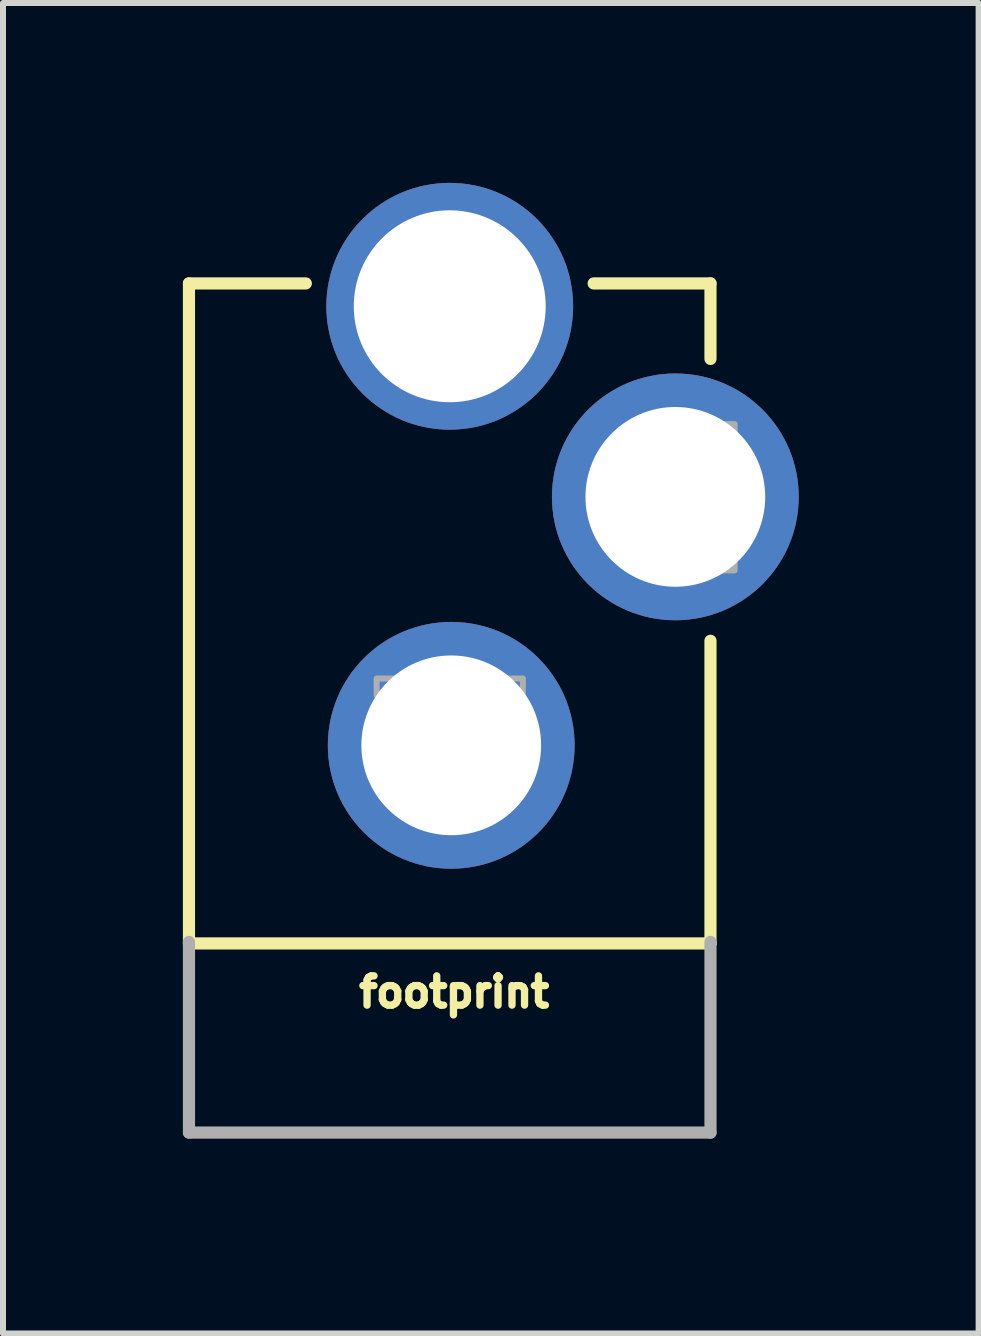
<source format=kicad_pcb>
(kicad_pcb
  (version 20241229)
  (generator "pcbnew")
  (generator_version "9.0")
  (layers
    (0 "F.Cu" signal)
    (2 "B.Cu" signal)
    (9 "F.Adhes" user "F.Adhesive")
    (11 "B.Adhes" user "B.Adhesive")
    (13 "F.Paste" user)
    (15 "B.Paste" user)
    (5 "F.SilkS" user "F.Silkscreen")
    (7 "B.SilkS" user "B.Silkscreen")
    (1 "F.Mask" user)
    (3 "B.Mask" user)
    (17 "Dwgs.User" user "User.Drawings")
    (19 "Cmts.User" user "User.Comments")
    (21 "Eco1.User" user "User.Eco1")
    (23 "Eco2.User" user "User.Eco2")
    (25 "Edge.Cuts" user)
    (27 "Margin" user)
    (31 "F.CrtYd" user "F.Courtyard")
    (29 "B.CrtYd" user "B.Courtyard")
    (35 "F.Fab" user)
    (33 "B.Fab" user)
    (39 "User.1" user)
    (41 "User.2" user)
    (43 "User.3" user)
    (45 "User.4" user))
  (footprint "footprint"
    (layer "F.Cu")
    (at 4.449 15.935)
    (property "Reference" "footprint" (at -1.575 -2.159 0) (layer "F.SilkS") (effects (font (size 0.488 0.488) (thickness 0.122)) (justify left bottom)))
    (fp_line (start -4.348 -14.259) (end -2.4 -14.259) (stroke (width 0.203) (type solid)) (layer "F.SilkS"))
    (fp_line (start -4.348 -3.254) (end -4.348 -14.259) (stroke (width 0.203) (type solid)) (layer "F.SilkS"))
    (fp_line (start -4.348 -3.254) (end 4.348 -3.254) (stroke (width 0.203) (type solid)) (layer "F.SilkS"))
    (fp_line (start 4.348 -14.259) (end 2.4 -14.259) (stroke (width 0.203) (type solid)) (layer "F.SilkS"))
    (fp_line (start 4.348 -14.259) (end 4.348 -13) (stroke (width 0.203) (type solid)) (layer "F.SilkS"))
    (fp_line (start 4.348 -3.254) (end 4.348 -8.3) (stroke (width 0.203) (type solid)) (layer "F.SilkS"))
    (fp_line (start -4.348 -3.279) (end -4.348 -0.1) (stroke (width 0.203) (type solid)) (layer "F.Fab"))
    (fp_line (start 4.348 -0.1) (end -4.348 -0.1) (stroke (width 0.203) (type solid)) (layer "F.Fab"))
    (fp_line (start 4.348 -0.1) (end 4.348 -3.279) (stroke (width 0.203) (type solid)) (layer "F.Fab"))
    (fp_poly (pts (xy 1.219 -7.391) (xy 1.219 -7.671) (xy -1.219 -7.671) (xy -1.219 -7.391)) (stroke (width 0.1) (type solid)) (fill no) (layer "F.Fab"))
    (fp_poly (pts (xy 1.473 -13.411) (xy 1.473 -13.868) (xy -1.448 -13.868) (xy -1.448 -13.411)) (stroke (width 0.1) (type solid)) (fill no) (layer "F.Fab"))
    (fp_poly (pts (xy 4.75 -11.913) (xy 4.47 -11.913) (xy 4.47 -9.474) (xy 4.75 -9.474)) (stroke (width 0.1) (type solid)) (fill no) (layer "F.Fab"))
    (pad "GND" thru_hole circle (at 0.025 -6.557) (size 4.115 4.115) (drill 2.997) (layers "*.Cu" "*.Mask"))
    (pad "GNDBREAK" thru_hole circle (at 3.762 -10.7 90) (size 4.115 4.115) (drill 2.997) (layers "*.Cu" "*.Mask"))
    (pad "PWR" thru_hole circle (at 0 -13.878) (size 4.115 4.115) (drill 3.2) (layers "*.Cu" "*.Mask")))
  (gr_rect
    (start -3 -3)
    (end 13.268 19.185)
    (stroke (width 0.1) (type default))
    (fill no)
    (layer "Edge.Cuts")))
</source>
